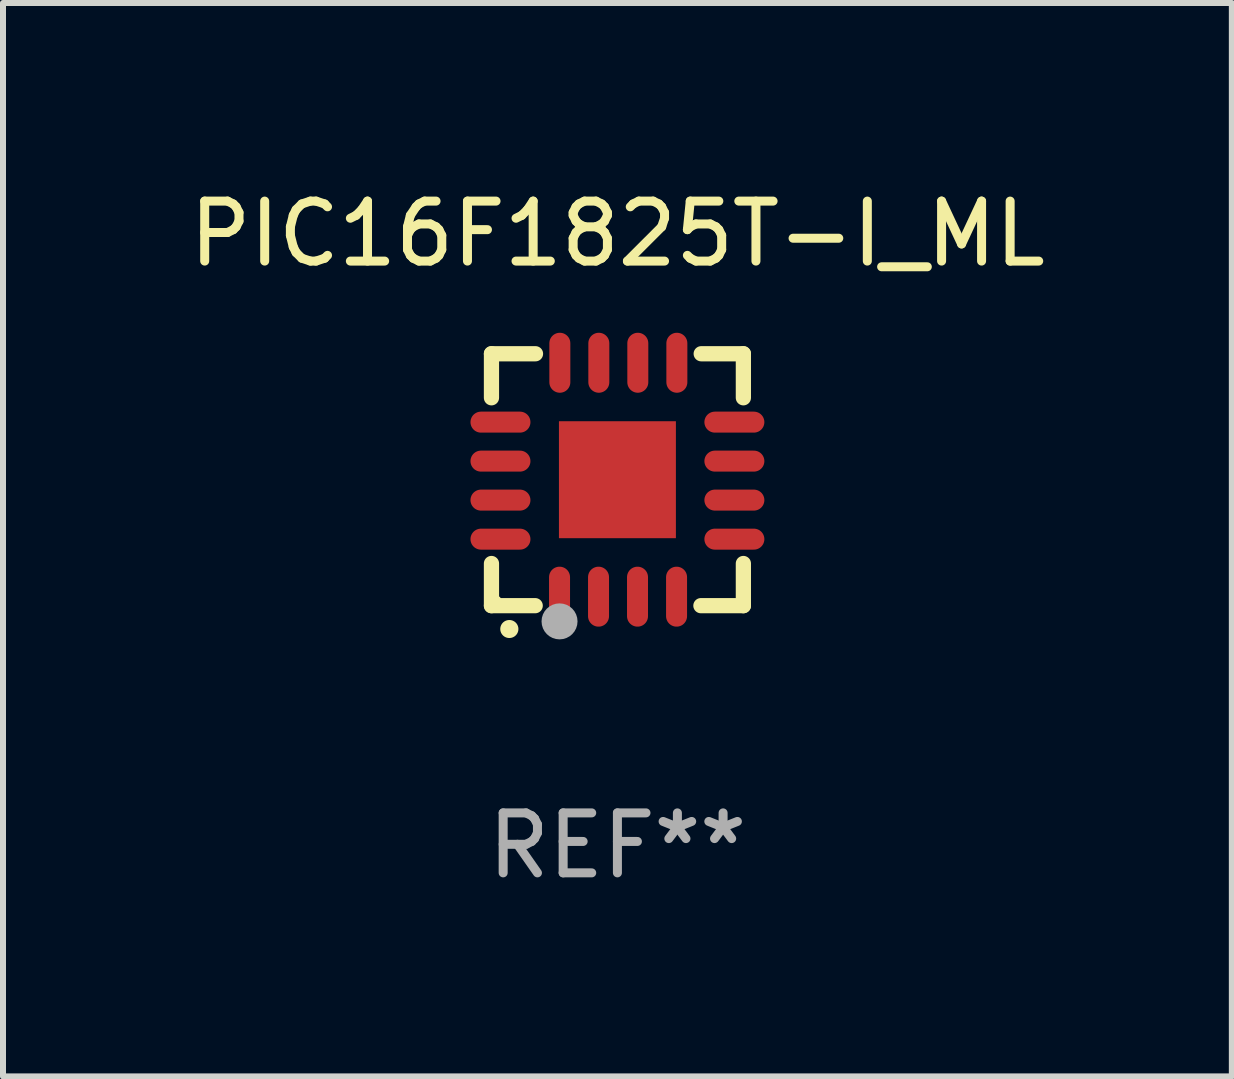
<source format=kicad_pcb>
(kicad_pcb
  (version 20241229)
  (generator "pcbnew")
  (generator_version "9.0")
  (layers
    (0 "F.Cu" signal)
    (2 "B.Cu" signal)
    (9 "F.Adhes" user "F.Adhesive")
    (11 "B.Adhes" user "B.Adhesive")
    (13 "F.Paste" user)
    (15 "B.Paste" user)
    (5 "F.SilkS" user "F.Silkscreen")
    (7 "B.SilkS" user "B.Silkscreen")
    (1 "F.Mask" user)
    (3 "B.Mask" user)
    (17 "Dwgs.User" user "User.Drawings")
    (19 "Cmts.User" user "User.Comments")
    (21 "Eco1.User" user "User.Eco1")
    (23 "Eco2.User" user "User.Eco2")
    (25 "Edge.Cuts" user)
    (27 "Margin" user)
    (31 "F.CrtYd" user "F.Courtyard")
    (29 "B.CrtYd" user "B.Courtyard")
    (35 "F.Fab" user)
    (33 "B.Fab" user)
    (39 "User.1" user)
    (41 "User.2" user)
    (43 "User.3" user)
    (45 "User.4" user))
  (footprint "PIC16F1825T-I_ML"
    (layer "F.Cu")
    (at 7.244 4.948)
    (property "Reference" "PIC16F1825T-I_ML" (at 0 -4.1 0) (layer "F.SilkS") (effects (font (size 1 1) (thickness 0.15))))
    (attr through_hole)
    (fp_line (start -2.1 -2.1) (end -1.366 -2.1) (stroke (width 0.254) (type solid)) (layer "F.SilkS"))
    (fp_line (start -2.1 -1.366) (end -2.1 -2.1) (stroke (width 0.254) (type solid)) (layer "F.SilkS"))
    (fp_line (start -2.1 2.1) (end -2.1 1.397) (stroke (width 0.254) (type solid)) (layer "F.SilkS"))
    (fp_line (start -2.1 2.1) (end -1.371 2.1) (stroke (width 0.254) (type solid)) (layer "F.SilkS"))
    (fp_line (start 1.392 2.1) (end 2.1 2.1) (stroke (width 0.254) (type solid)) (layer "F.SilkS"))
    (fp_line (start 1.397 -2.1) (end 2.1 -2.1) (stroke (width 0.254) (type solid)) (layer "F.SilkS"))
    (fp_line (start 2.1 -1.366) (end 2.1 -2.1) (stroke (width 0.254) (type solid)) (layer "F.SilkS"))
    (fp_line (start 2.1 2.1) (end 2.1 1.397) (stroke (width 0.254) (type solid)) (layer "F.SilkS"))
    (fp_arc (start -1.803404 2.489205) (mid -1.802134 2.4892) (end -1.800864 2.489205) (stroke (width 0.3) (type solid)) (layer "F.SilkS"))
    (fp_circle (center -2 2) (end -1.97 2) (stroke (width 0.06) (type solid)) (fill no) (layer "F.SilkS"))
    (fp_circle (center -0.965 2.362) (end -0.815 2.362) (stroke (width 0.3) (type solid)) (fill no) (layer "F.Fab"))
    (fp_text user "REF**" (at 0 6.1 0) (layer "F.Fab") (effects (font (size 1 1) (thickness 0.15))))
    (pad "1" smd oval (at -0.965 1.95) (size 0.35 1) (layers "F.Cu" "F.Mask" "F.Paste"))
    (pad "2" smd oval (at -0.315 1.95) (size 0.35 1) (layers "F.Cu" "F.Mask" "F.Paste"))
    (pad "3" smd oval (at 0.335 1.95) (size 0.35 1) (layers "F.Cu" "F.Mask" "F.Paste"))
    (pad "4" smd oval (at 0.986 1.95) (size 0.35 1) (layers "F.Cu" "F.Mask" "F.Paste"))
    (pad "5" smd oval (at 1.95 0.991) (size 1 0.35) (layers "F.Cu" "F.Mask" "F.Paste"))
    (pad "6" smd oval (at 1.95 0.34) (size 1 0.35) (layers "F.Cu" "F.Mask" "F.Paste"))
    (pad "7" smd oval (at 1.95 -0.31) (size 1 0.35) (layers "F.Cu" "F.Mask" "F.Paste"))
    (pad "8" smd oval (at 1.95 -0.96) (size 1 0.35) (layers "F.Cu" "F.Mask" "F.Paste"))
    (pad "9" smd oval (at 0.991 -1.95) (size 0.35 1) (layers "F.Cu" "F.Mask" "F.Paste"))
    (pad "10" smd oval (at 0.34 -1.95) (size 0.35 1) (layers "F.Cu" "F.Mask" "F.Paste"))
    (pad "11" smd oval (at -0.31 -1.95) (size 0.35 1) (layers "F.Cu" "F.Mask" "F.Paste"))
    (pad "12" smd oval (at -0.96 -1.95) (size 0.35 1) (layers "F.Cu" "F.Mask" "F.Paste"))
    (pad "13" smd oval (at -1.95 -0.96) (size 1 0.35) (layers "F.Cu" "F.Mask" "F.Paste"))
    (pad "14" smd oval (at -1.95 -0.31) (size 1 0.35) (layers "F.Cu" "F.Mask" "F.Paste"))
    (pad "15" smd oval (at -1.95 0.34) (size 1 0.35) (layers "F.Cu" "F.Mask" "F.Paste"))
    (pad "16" smd oval (at -1.95 0.991) (size 1 0.35) (layers "F.Cu" "F.Mask" "F.Paste"))
    (pad "17" smd rect (at 0 0) (size 1.95 1.95) (layers "F.Cu" "F.Mask" "F.Paste")))
  (gr_rect
    (start -3 -3)
    (end 17.488 14.896)
    (stroke (width 0.1) (type default))
    (fill no)
    (layer "Edge.Cuts")))
</source>
